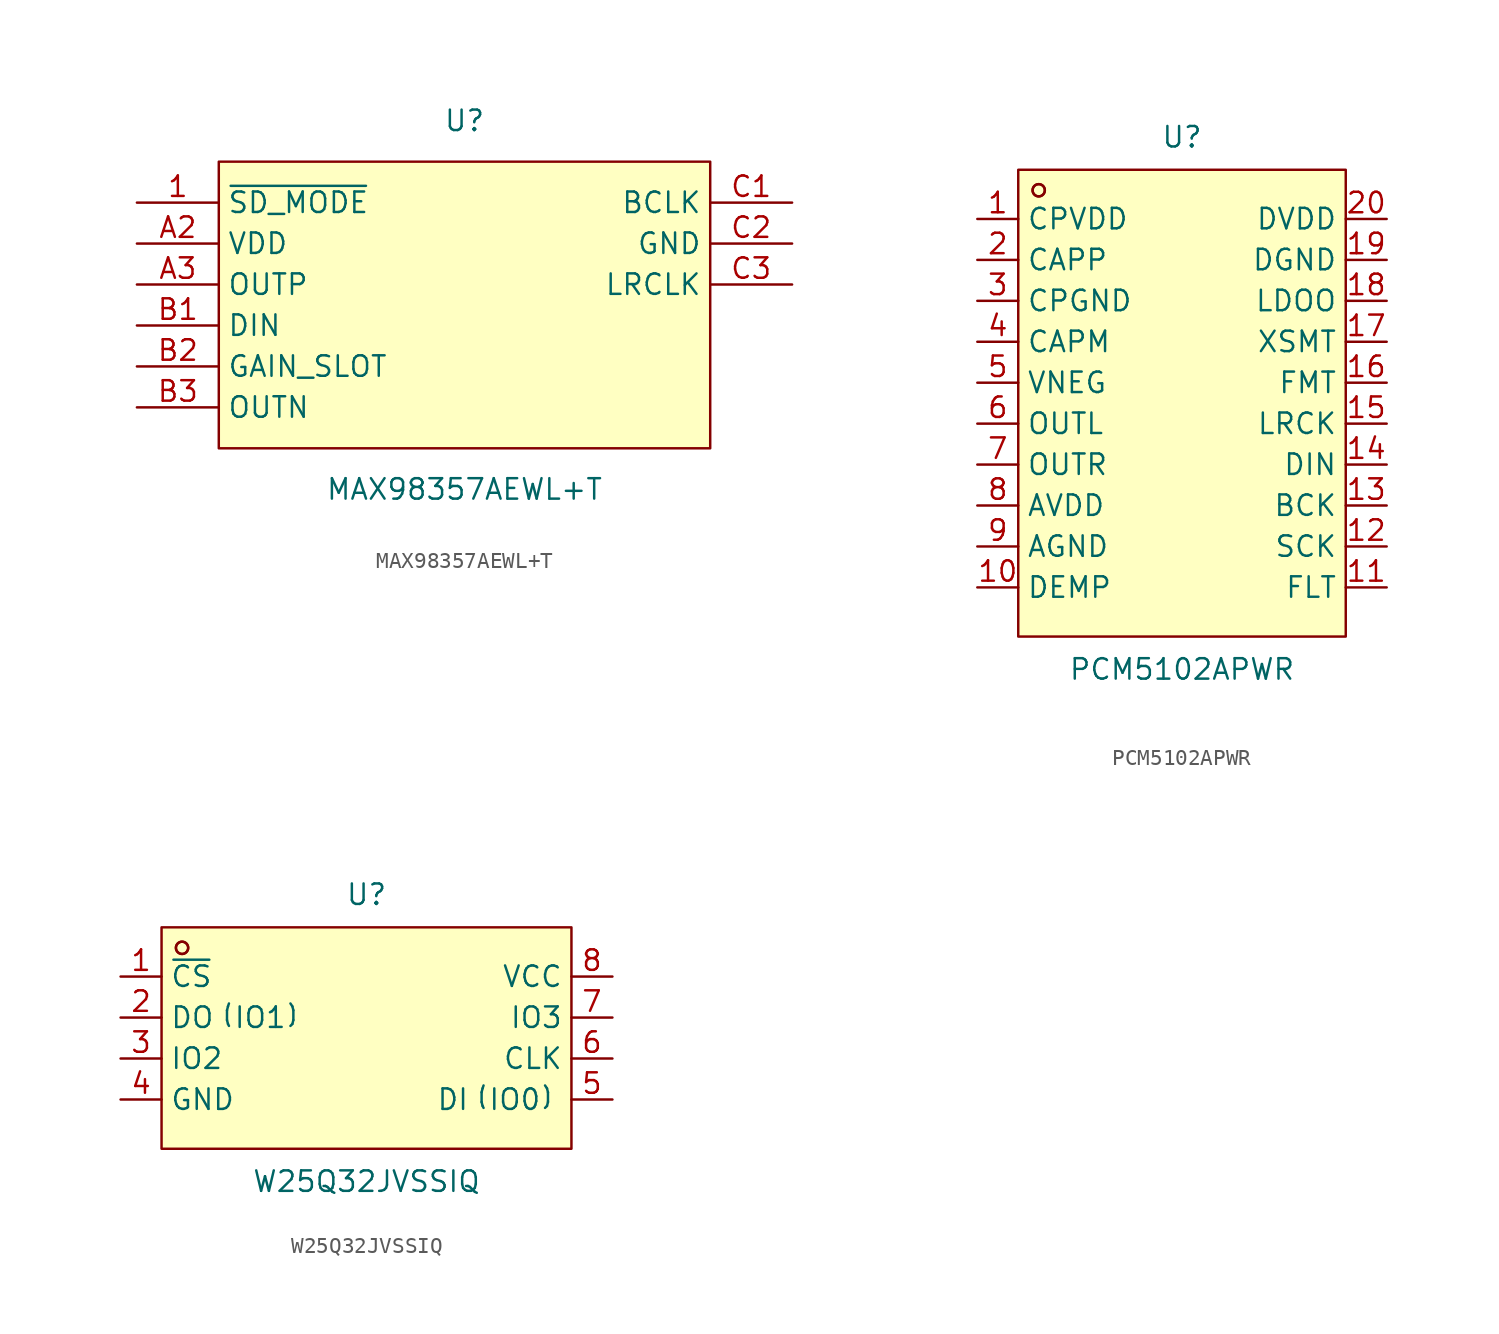
<source format=kicad_sym>
(kicad_symbol_lib
  (version 20211014)
  (generator https://github.com/uPesy/easyeda2kicad.py)
  (symbol "MAX98357AEWL+T"
    (property "Reference" "U"
      (at 0 10.16 0)
      (effects (font (size 1.27 1.27))))
    (property "Value" "MAX98357AEWL+T"
      (at 0 -12.70 0)
      (effects (font (size 1.27 1.27))))
    (symbol "MAX98357AEWL+T_0_1"
      (rectangle (start -15.24 7.62) (end 15.24 -10.16) (stroke (width 0) (type default) (color 0 0 0 0)) (fill (type background)))
      (pin unspecified line (at -20.32 5.08 0) (length 5.08) (name "~{SD_MODE}" (effects (font (size 1.27 1.27)))) (number "1" (effects (font (size 1.27 1.27)))))
      (pin unspecified line (at -20.32 2.54 0) (length 5.08) (name "VDD" (effects (font (size 1.27 1.27)))) (number "A2" (effects (font (size 1.27 1.27)))))
      (pin unspecified line (at -20.32 -0.00 0) (length 5.08) (name "OUTP" (effects (font (size 1.27 1.27)))) (number "A3" (effects (font (size 1.27 1.27)))))
      (pin unspecified line (at -20.32 -2.54 0) (length 5.08) (name "DIN" (effects (font (size 1.27 1.27)))) (number "B1" (effects (font (size 1.27 1.27)))))
      (pin unspecified line (at -20.32 -5.08 0) (length 5.08) (name "GAIN_SLOT" (effects (font (size 1.27 1.27)))) (number "B2" (effects (font (size 1.27 1.27)))))
      (pin unspecified line (at -20.32 -7.62 0) (length 5.08) (name "OUTN" (effects (font (size 1.27 1.27)))) (number "B3" (effects (font (size 1.27 1.27)))))
      (pin unspecified line (at 20.32 5.08 180) (length 5.08) (name "BCLK" (effects (font (size 1.27 1.27)))) (number "C1" (effects (font (size 1.27 1.27)))))
      (pin unspecified line (at 20.32 2.54 180) (length 5.08) (name "GND" (effects (font (size 1.27 1.27)))) (number "C2" (effects (font (size 1.27 1.27)))))
      (pin unspecified line (at 20.32 -0.00 180) (length 5.08) (name "LRCLK" (effects (font (size 1.27 1.27)))) (number "C3" (effects (font (size 1.27 1.27)))))))
  (symbol "PCM5102APWR"
    (property "Reference" "U"
      (at 0 16.51 0)
      (effects (font (size 1.27 1.27))))
    (property "Value" "PCM5102APWR"
      (at 0 -16.51 0)
      (effects (font (size 1.27 1.27))))
    (symbol "PCM5102APWR_0_1"
      (rectangle (start -10.16 14.48) (end 10.16 -14.48) (stroke (width 0) (type default) (color 0 0 0 0)) (fill (type background)))
      (circle (center -8.89 13.21) (radius 0.38) (stroke (width 0) (type default) (color 0 0 0 0)) (fill (type none)))
      (circle (center -8.89 13.21) (radius 0.38) (stroke (width 0) (type default) (color 0 0 0 0)) (fill (type none)))
      (pin unspecified line (at -12.70 11.43 0) (length 2.54) (name "CPVDD" (effects (font (size 1.27 1.27)))) (number "1" (effects (font (size 1.27 1.27)))))
      (pin unspecified line (at -12.70 8.89 0) (length 2.54) (name "CAPP" (effects (font (size 1.27 1.27)))) (number "2" (effects (font (size 1.27 1.27)))))
      (pin unspecified line (at -12.70 6.35 0) (length 2.54) (name "CPGND" (effects (font (size 1.27 1.27)))) (number "3" (effects (font (size 1.27 1.27)))))
      (pin unspecified line (at -12.70 3.81 0) (length 2.54) (name "CAPM" (effects (font (size 1.27 1.27)))) (number "4" (effects (font (size 1.27 1.27)))))
      (pin unspecified line (at -12.70 1.27 0) (length 2.54) (name "VNEG" (effects (font (size 1.27 1.27)))) (number "5" (effects (font (size 1.27 1.27)))))
      (pin unspecified line (at -12.70 -1.27 0) (length 2.54) (name "OUTL" (effects (font (size 1.27 1.27)))) (number "6" (effects (font (size 1.27 1.27)))))
      (pin unspecified line (at -12.70 -3.81 0) (length 2.54) (name "OUTR" (effects (font (size 1.27 1.27)))) (number "7" (effects (font (size 1.27 1.27)))))
      (pin unspecified line (at -12.70 -6.35 0) (length 2.54) (name "AVDD" (effects (font (size 1.27 1.27)))) (number "8" (effects (font (size 1.27 1.27)))))
      (pin unspecified line (at -12.70 -8.89 0) (length 2.54) (name "AGND" (effects (font (size 1.27 1.27)))) (number "9" (effects (font (size 1.27 1.27)))))
      (pin unspecified line (at -12.70 -11.43 0) (length 2.54) (name "DEMP" (effects (font (size 1.27 1.27)))) (number "10" (effects (font (size 1.27 1.27)))))
      (pin unspecified line (at 12.70 -11.43 180) (length 2.54) (name "FLT" (effects (font (size 1.27 1.27)))) (number "11" (effects (font (size 1.27 1.27)))))
      (pin unspecified line (at 12.70 -8.89 180) (length 2.54) (name "SCK" (effects (font (size 1.27 1.27)))) (number "12" (effects (font (size 1.27 1.27)))))
      (pin unspecified line (at 12.70 -6.35 180) (length 2.54) (name "BCK" (effects (font (size 1.27 1.27)))) (number "13" (effects (font (size 1.27 1.27)))))
      (pin unspecified line (at 12.70 -3.81 180) (length 2.54) (name "DIN" (effects (font (size 1.27 1.27)))) (number "14" (effects (font (size 1.27 1.27)))))
      (pin unspecified line (at 12.70 -1.27 180) (length 2.54) (name "LRCK" (effects (font (size 1.27 1.27)))) (number "15" (effects (font (size 1.27 1.27)))))
      (pin unspecified line (at 12.70 1.27 180) (length 2.54) (name "FMT" (effects (font (size 1.27 1.27)))) (number "16" (effects (font (size 1.27 1.27)))))
      (pin unspecified line (at 12.70 3.81 180) (length 2.54) (name "XSMT" (effects (font (size 1.27 1.27)))) (number "17" (effects (font (size 1.27 1.27)))))
      (pin unspecified line (at 12.70 6.35 180) (length 2.54) (name "LDOO" (effects (font (size 1.27 1.27)))) (number "18" (effects (font (size 1.27 1.27)))))
      (pin unspecified line (at 12.70 8.89 180) (length 2.54) (name "DGND" (effects (font (size 1.27 1.27)))) (number "19" (effects (font (size 1.27 1.27)))))
      (pin unspecified line (at 12.70 11.43 180) (length 2.54) (name "DVDD" (effects (font (size 1.27 1.27)))) (number "20" (effects (font (size 1.27 1.27)))))))
  (symbol "W25Q32JVSSIQ"
    (property "Reference" "U"
      (at 0 8.89 0)
      (effects (font (size 1.27 1.27))))
    (property "Value" "W25Q32JVSSIQ"
      (at 0 -8.89 0)
      (effects (font (size 1.27 1.27))))
    (symbol "W25Q32JVSSIQ_0_1"
      (rectangle (start -12.70 6.86) (end 12.70 -6.86) (stroke (width 0) (type default) (color 0 0 0 0)) (fill (type background)))
      (circle (center -11.43 5.59) (radius 0.38) (stroke (width 0) (type default) (color 0 0 0 0)) (fill (type none)))
      (circle (center -11.43 5.59) (radius 0.38) (stroke (width 0) (type default) (color 0 0 0 0)) (fill (type none)))
      (pin unspecified line (at -15.24 3.81 0) (length 2.54) (name "~{CS}" (effects (font (size 1.27 1.27)))) (number "1" (effects (font (size 1.27 1.27)))))
      (pin unspecified line (at -15.24 1.27 0) (length 2.54) (name "DO（IO1）" (effects (font (size 1.27 1.27)))) (number "2" (effects (font (size 1.27 1.27)))))
      (pin unspecified line (at -15.24 -1.27 0) (length 2.54) (name "IO2" (effects (font (size 1.27 1.27)))) (number "3" (effects (font (size 1.27 1.27)))))
      (pin unspecified line (at -15.24 -3.81 0) (length 2.54) (name "GND" (effects (font (size 1.27 1.27)))) (number "4" (effects (font (size 1.27 1.27)))))
      (pin unspecified line (at 15.24 -3.81 180) (length 2.54) (name "DI（IO0）" (effects (font (size 1.27 1.27)))) (number "5" (effects (font (size 1.27 1.27)))))
      (pin unspecified line (at 15.24 -1.27 180) (length 2.54) (name "CLK" (effects (font (size 1.27 1.27)))) (number "6" (effects (font (size 1.27 1.27)))))
      (pin unspecified line (at 15.24 1.27 180) (length 2.54) (name "IO3" (effects (font (size 1.27 1.27)))) (number "7" (effects (font (size 1.27 1.27)))))
      (pin unspecified line (at 15.24 3.81 180) (length 2.54) (name "VCC" (effects (font (size 1.27 1.27)))) (number "8" (effects (font (size 1.27 1.27))))))))
</source>
